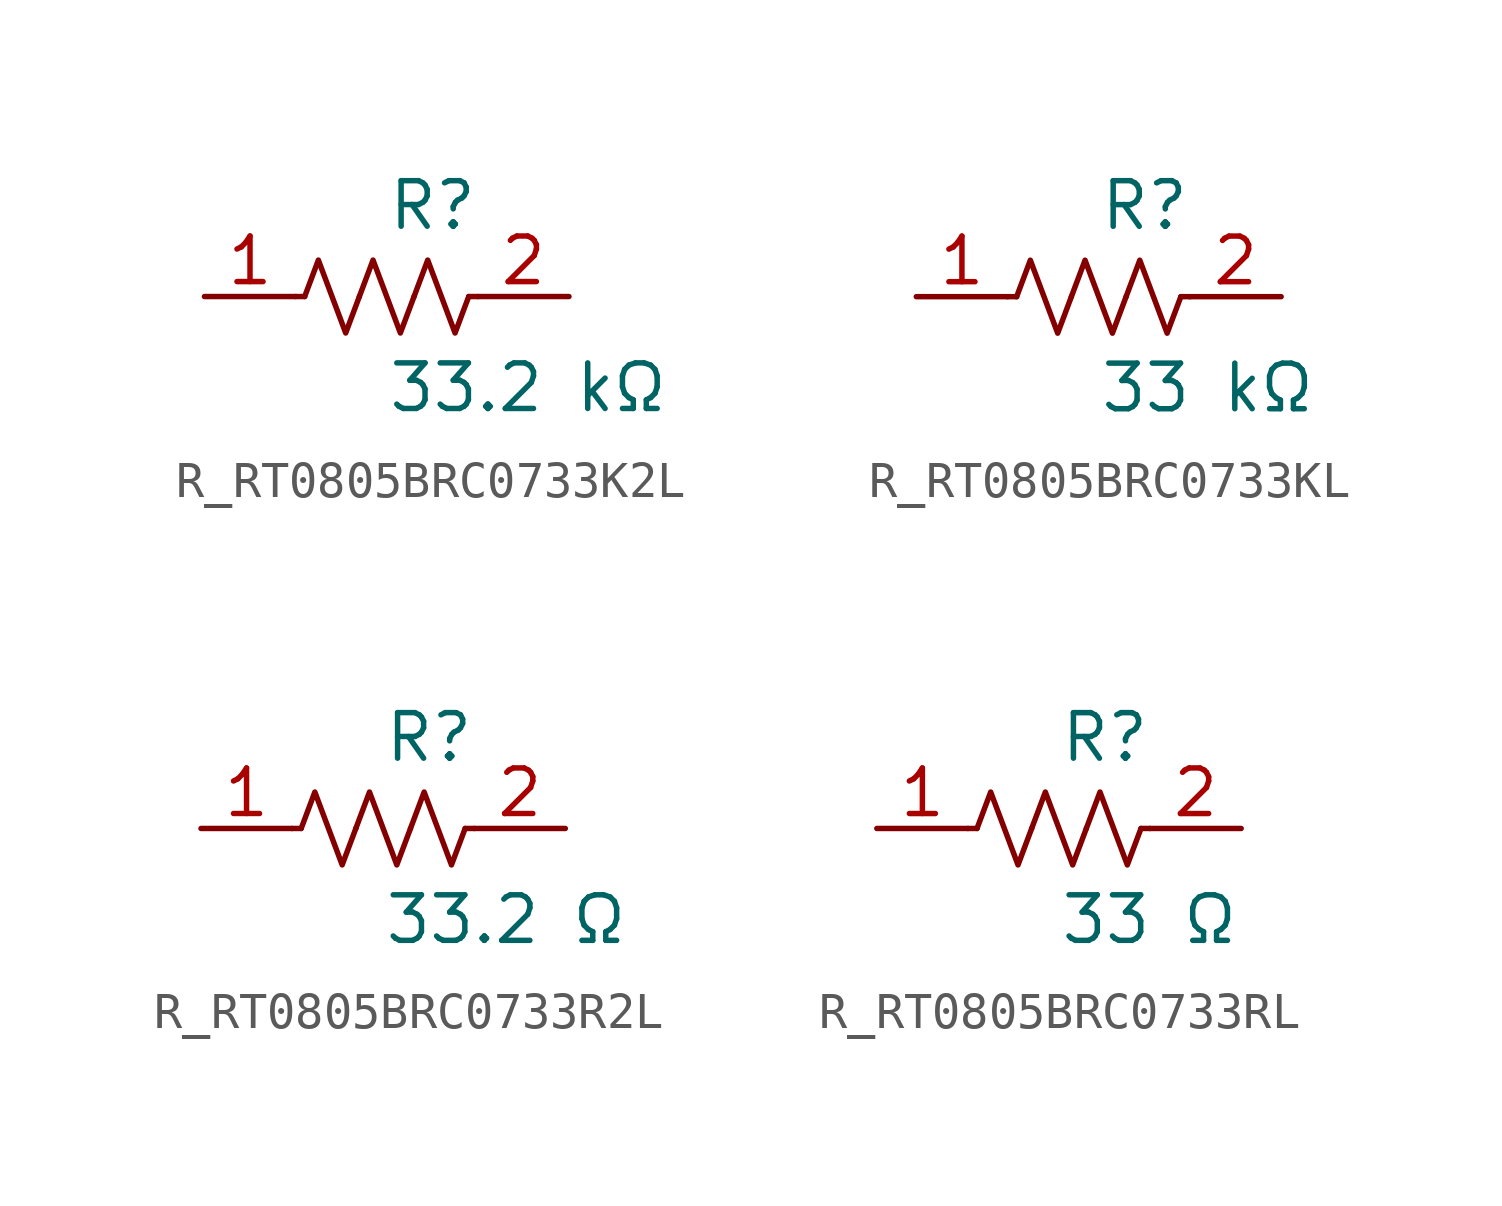
<source format=kicad_sym>
(kicad_symbol_lib
  (version 20231120)
  (generator kicad_symbol_editor)
  (generator_version 8.0)
  (symbol "R_RT0805BRC0733K2L"
    (pin_names
      (offset 0.254))
    (property "Reference" "R"
      (at 0 2.54 0)
      (effects (font (size 1.27 1.27)) (justify left)))
    (property "Value" "33.2 kΩ"
      (at 0 -2.54 0)
      (effects (font (size 1.27 1.27)) (justify left)))
    (symbol "R_RT0805BRC0733K2L_0_1"
      (polyline (pts (xy 2.286 0) (xy 2.54 0)) (stroke (width 0) (type default)) (fill (type none)))
      (polyline (pts (xy -2.286 0) (xy -2.54 0)) (stroke (width 0) (type default)) (fill (type none)))
      (polyline (pts (xy 0.762 0) (xy 1.143 1.016) (xy 1.524 0) (xy 1.905 -1.016) (xy 2.286 0)) (stroke (width 0) (type default)) (fill (type none)))
      (polyline (pts (xy -0.762 0) (xy -0.381 1.016) (xy 0 0) (xy 0.381 -1.016) (xy 0.762 0)) (stroke (width 0) (type default)) (fill (type none)))
      (polyline (pts (xy -2.286 0) (xy -1.905 1.016) (xy -1.524 0) (xy -1.143 -1.016) (xy -0.762 0)) (stroke (width 0) (type default)) (fill (type none))))
    (pin unspecified line
      (at -5.08 0 0)
      (length 2.54)
      (name "" (effects (font (size 1.27 1.27))))
      (number "1" (effects (font (size 1.27 1.27)))))
    (pin unspecified line
      (at 5.08 0 180)
      (length 2.54)
      (name "" (effects (font (size 1.27 1.27))))
      (number "2" (effects (font (size 1.27 1.27))))))
  (symbol "R_RT0805BRC0733KL"
    (pin_names
      (offset 0.254))
    (property "Reference" "R"
      (at 0 2.54 0)
      (effects (font (size 1.27 1.27)) (justify left)))
    (property "Value" "33 kΩ"
      (at 0 -2.54 0)
      (effects (font (size 1.27 1.27)) (justify left)))
    (symbol "R_RT0805BRC0733KL_0_1"
      (polyline (pts (xy 2.286 0) (xy 2.54 0)) (stroke (width 0) (type default)) (fill (type none)))
      (polyline (pts (xy -2.286 0) (xy -2.54 0)) (stroke (width 0) (type default)) (fill (type none)))
      (polyline (pts (xy 0.762 0) (xy 1.143 1.016) (xy 1.524 0) (xy 1.905 -1.016) (xy 2.286 0)) (stroke (width 0) (type default)) (fill (type none)))
      (polyline (pts (xy -0.762 0) (xy -0.381 1.016) (xy 0 0) (xy 0.381 -1.016) (xy 0.762 0)) (stroke (width 0) (type default)) (fill (type none)))
      (polyline (pts (xy -2.286 0) (xy -1.905 1.016) (xy -1.524 0) (xy -1.143 -1.016) (xy -0.762 0)) (stroke (width 0) (type default)) (fill (type none))))
    (pin unspecified line
      (at -5.08 0 0)
      (length 2.54)
      (name "" (effects (font (size 1.27 1.27))))
      (number "1" (effects (font (size 1.27 1.27)))))
    (pin unspecified line
      (at 5.08 0 180)
      (length 2.54)
      (name "" (effects (font (size 1.27 1.27))))
      (number "2" (effects (font (size 1.27 1.27))))))
  (symbol "R_RT0805BRC0733R2L"
    (pin_names
      (offset 0.254))
    (property "Reference" "R"
      (at 0 2.54 0)
      (effects (font (size 1.27 1.27)) (justify left)))
    (property "Value" "33.2 Ω"
      (at 0 -2.54 0)
      (effects (font (size 1.27 1.27)) (justify left)))
    (symbol "R_RT0805BRC0733R2L_0_1"
      (polyline (pts (xy 2.286 0) (xy 2.54 0)) (stroke (width 0) (type default)) (fill (type none)))
      (polyline (pts (xy -2.286 0) (xy -2.54 0)) (stroke (width 0) (type default)) (fill (type none)))
      (polyline (pts (xy 0.762 0) (xy 1.143 1.016) (xy 1.524 0) (xy 1.905 -1.016) (xy 2.286 0)) (stroke (width 0) (type default)) (fill (type none)))
      (polyline (pts (xy -0.762 0) (xy -0.381 1.016) (xy 0 0) (xy 0.381 -1.016) (xy 0.762 0)) (stroke (width 0) (type default)) (fill (type none)))
      (polyline (pts (xy -2.286 0) (xy -1.905 1.016) (xy -1.524 0) (xy -1.143 -1.016) (xy -0.762 0)) (stroke (width 0) (type default)) (fill (type none))))
    (pin unspecified line
      (at -5.08 0 0)
      (length 2.54)
      (name "" (effects (font (size 1.27 1.27))))
      (number "1" (effects (font (size 1.27 1.27)))))
    (pin unspecified line
      (at 5.08 0 180)
      (length 2.54)
      (name "" (effects (font (size 1.27 1.27))))
      (number "2" (effects (font (size 1.27 1.27))))))
  (symbol "R_RT0805BRC0733RL"
    (pin_names
      (offset 0.254))
    (property "Reference" "R"
      (at 0 2.54 0)
      (effects (font (size 1.27 1.27)) (justify left)))
    (property "Value" "33 Ω"
      (at 0 -2.54 0)
      (effects (font (size 1.27 1.27)) (justify left)))
    (symbol "R_RT0805BRC0733RL_0_1"
      (polyline (pts (xy 2.286 0) (xy 2.54 0)) (stroke (width 0) (type default)) (fill (type none)))
      (polyline (pts (xy -2.286 0) (xy -2.54 0)) (stroke (width 0) (type default)) (fill (type none)))
      (polyline (pts (xy 0.762 0) (xy 1.143 1.016) (xy 1.524 0) (xy 1.905 -1.016) (xy 2.286 0)) (stroke (width 0) (type default)) (fill (type none)))
      (polyline (pts (xy -0.762 0) (xy -0.381 1.016) (xy 0 0) (xy 0.381 -1.016) (xy 0.762 0)) (stroke (width 0) (type default)) (fill (type none)))
      (polyline (pts (xy -2.286 0) (xy -1.905 1.016) (xy -1.524 0) (xy -1.143 -1.016) (xy -0.762 0)) (stroke (width 0) (type default)) (fill (type none))))
    (pin unspecified line
      (at -5.08 0 0)
      (length 2.54)
      (name "" (effects (font (size 1.27 1.27))))
      (number "1" (effects (font (size 1.27 1.27)))))
    (pin unspecified line
      (at 5.08 0 180)
      (length 2.54)
      (name "" (effects (font (size 1.27 1.27))))
      (number "2" (effects (font (size 1.27 1.27)))))))
</source>
